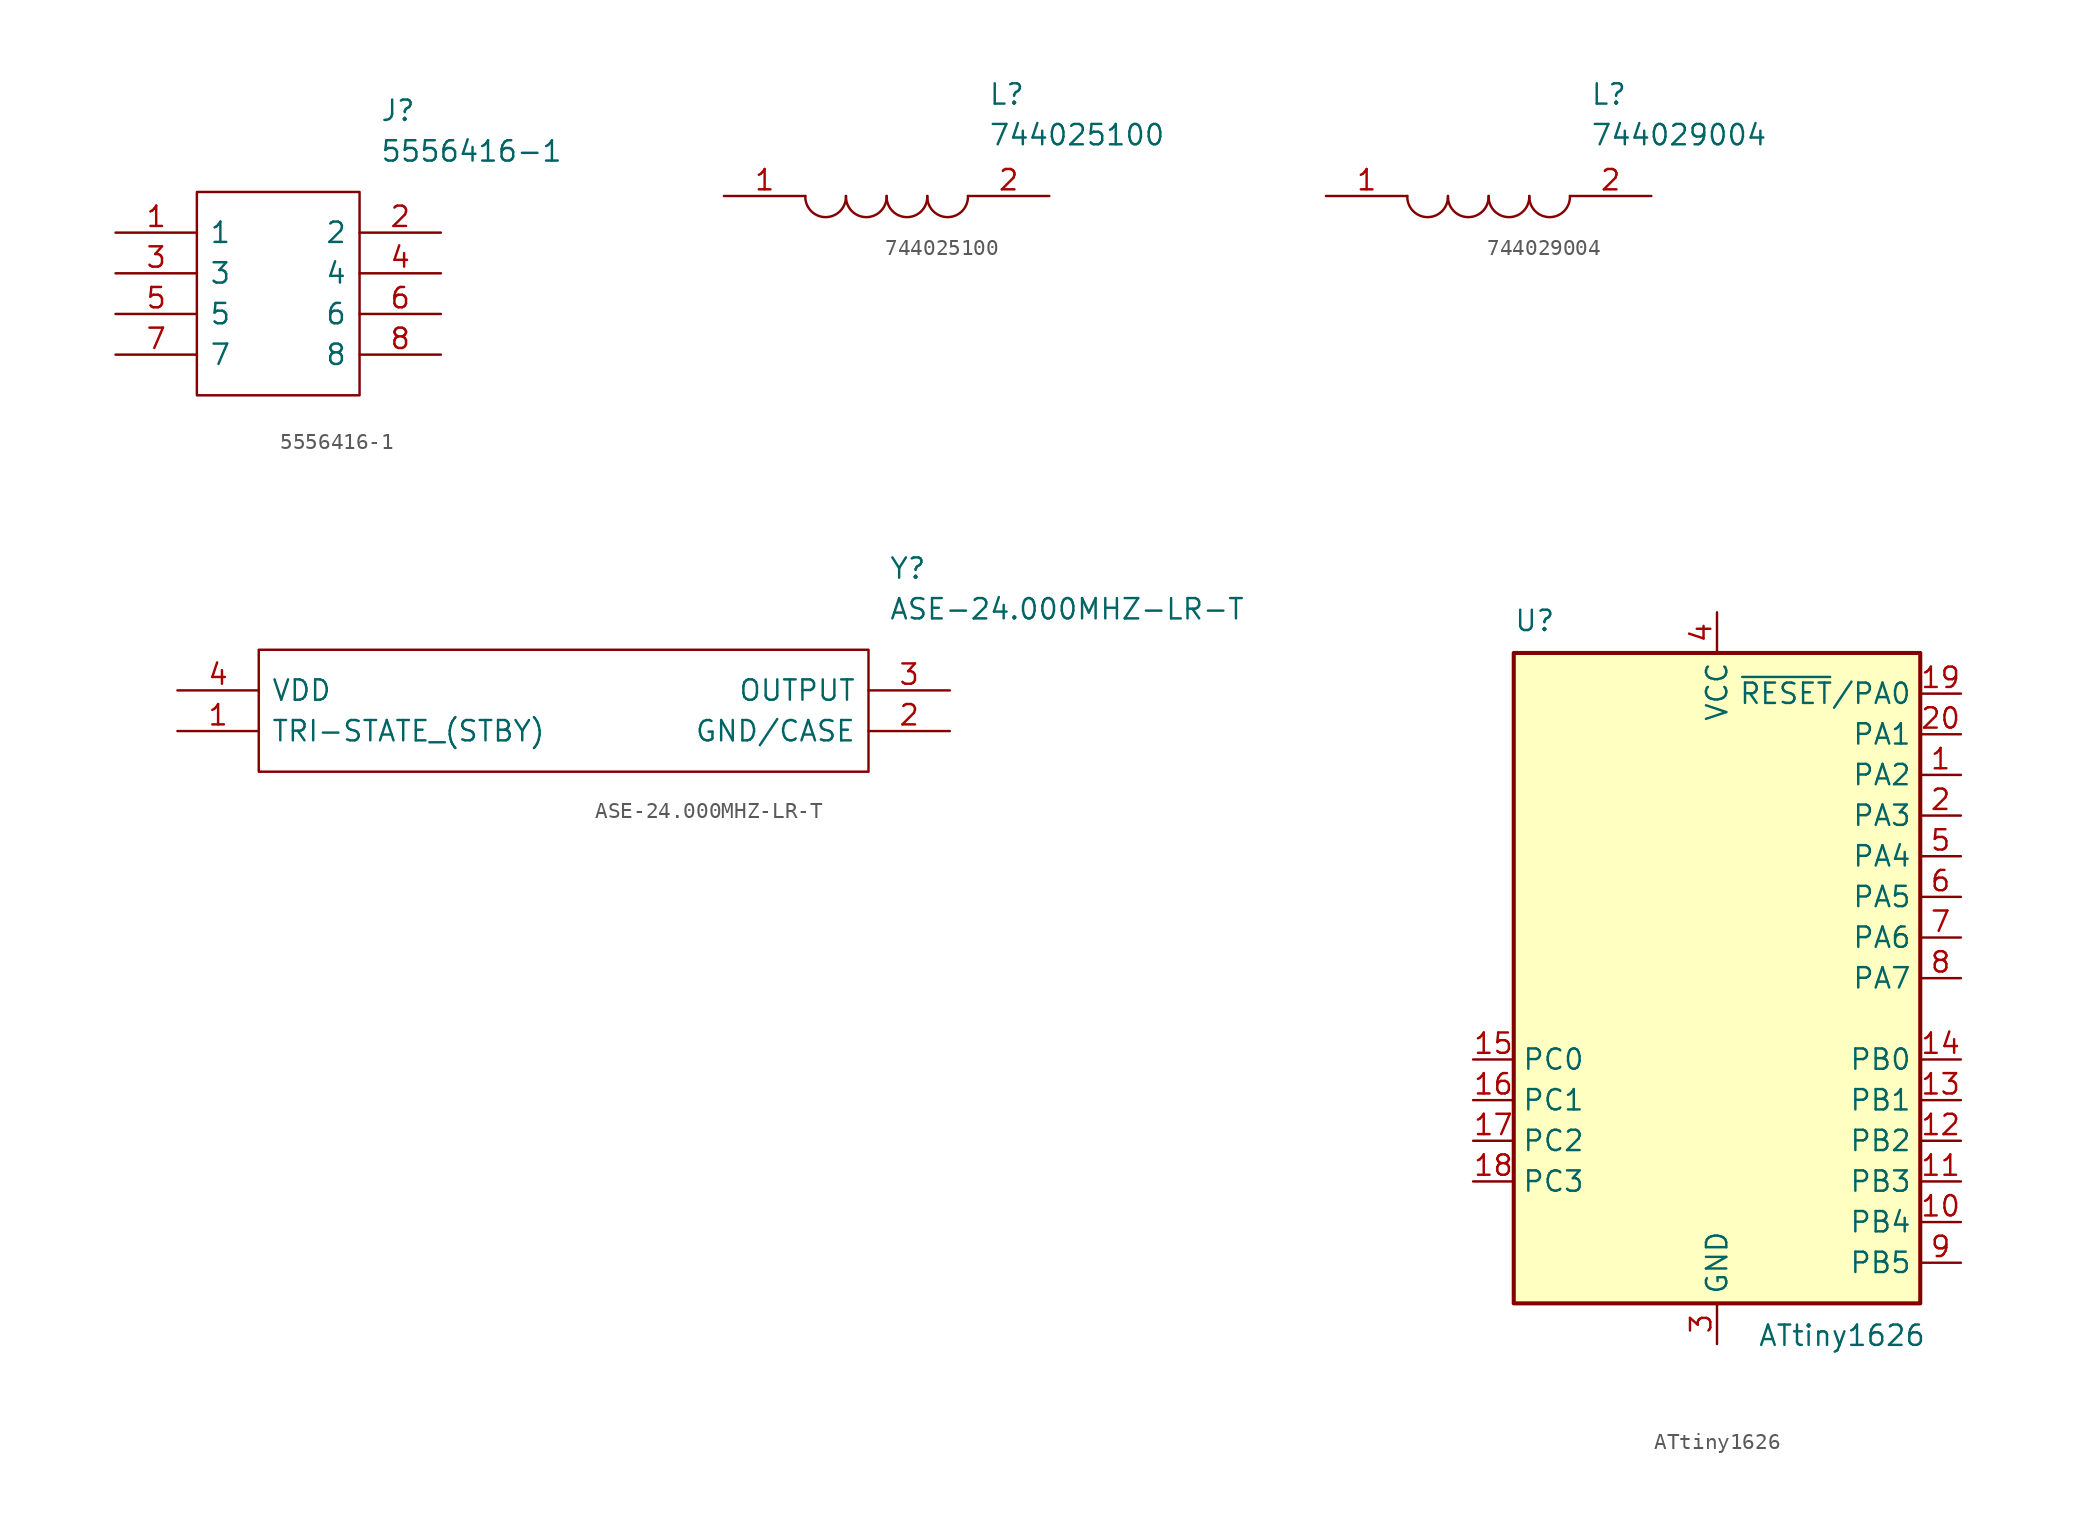
<source format=kicad_sym>
(kicad_symbol_lib
  (version 20241209)
  (generator "kicad_symbol_editor")
  (generator_version "9.0")
  (symbol "5556416-1"
    (pin_names
      (offset 0.762))
    (property "Reference" "J"
      (at 16.51 7.62 0)
      (effects (font (size 1.27 1.27)) (justify left)))
    (property "Value" "5556416-1"
      (at 16.51 5.08 0)
      (effects (font (size 1.27 1.27)) (justify left)))
    (symbol "5556416-1_0_0"
      (pin passive line (at 0 0 0) (length 5.08) (name "1" (effects (font (size 1.27 1.27)))) (number "1" (effects (font (size 1.27 1.27)))))
      (pin passive line (at 0 -2.54 0) (length 5.08) (name "3" (effects (font (size 1.27 1.27)))) (number "3" (effects (font (size 1.27 1.27)))))
      (pin passive line (at 0 -5.08 0) (length 5.08) (name "5" (effects (font (size 1.27 1.27)))) (number "5" (effects (font (size 1.27 1.27)))))
      (pin passive line (at 0 -7.62 0) (length 5.08) (name "7" (effects (font (size 1.27 1.27)))) (number "7" (effects (font (size 1.27 1.27)))))
      (pin passive line (at 20.32 0 180) (length 5.08) (name "2" (effects (font (size 1.27 1.27)))) (number "2" (effects (font (size 1.27 1.27)))))
      (pin passive line (at 20.32 -2.54 180) (length 5.08) (name "4" (effects (font (size 1.27 1.27)))) (number "4" (effects (font (size 1.27 1.27)))))
      (pin passive line (at 20.32 -5.08 180) (length 5.08) (name "6" (effects (font (size 1.27 1.27)))) (number "6" (effects (font (size 1.27 1.27)))))
      (pin passive line (at 20.32 -7.62 180) (length 5.08) (name "8" (effects (font (size 1.27 1.27)))) (number "8" (effects (font (size 1.27 1.27))))))
    (symbol "5556416-1_0_1"
      (polyline (pts (xy 5.08 2.54) (xy 15.24 2.54) (xy 15.24 -10.16) (xy 5.08 -10.16) (xy 5.08 2.54)) (stroke (width 0.152) (type solid)) (fill (type none)))))
  (symbol "744025100"
    (pin_names
      (offset 0.762))
    (property "Reference" "L"
      (at 16.51 6.35 0)
      (effects (font (size 1.27 1.27)) (justify left)))
    (property "Value" "744025100"
      (at 16.51 3.81 0)
      (effects (font (size 1.27 1.27)) (justify left)))
    (symbol "744025100_0_0"
      (pin passive line (at 0 0 0) (length 5.08) (name "~" (effects (font (size 1.27 1.27)))) (number "1" (effects (font (size 1.27 1.27)))))
      (pin passive line (at 20.32 0 180) (length 5.08) (name "~" (effects (font (size 1.27 1.27)))) (number "2" (effects (font (size 1.27 1.27))))))
    (symbol "744025100_0_1"
      (arc (start 7.62 0) (mid 6.35 -1.3218) (end 5.08 0) (stroke (width 0.1524) (type solid)) (fill (type none)))
      (arc (start 10.16 0) (mid 8.89 -1.3218) (end 7.62 0) (stroke (width 0.1524) (type solid)) (fill (type none)))
      (arc (start 12.7 0) (mid 11.43 -1.3218) (end 10.16 0) (stroke (width 0.1524) (type solid)) (fill (type none)))
      (arc (start 15.24 0) (mid 13.97 -1.3218) (end 12.7 0) (stroke (width 0.1524) (type solid)) (fill (type none)))))
  (symbol "744029004"
    (pin_names
      (offset 0.762))
    (property "Reference" "L"
      (at 16.51 6.35 0)
      (effects (font (size 1.27 1.27)) (justify left)))
    (property "Value" "744029004"
      (at 16.51 3.81 0)
      (effects (font (size 1.27 1.27)) (justify left)))
    (symbol "744029004_0_0"
      (pin passive line (at 0 0 0) (length 5.08) (name "~" (effects (font (size 1.27 1.27)))) (number "1" (effects (font (size 1.27 1.27)))))
      (pin passive line (at 20.32 0 180) (length 5.08) (name "~" (effects (font (size 1.27 1.27)))) (number "2" (effects (font (size 1.27 1.27))))))
    (symbol "744029004_0_1"
      (arc (start 7.62 0) (mid 6.35 -1.3218) (end 5.08 0) (stroke (width 0.1524) (type solid)) (fill (type none)))
      (arc (start 10.16 0) (mid 8.89 -1.3218) (end 7.62 0) (stroke (width 0.1524) (type solid)) (fill (type none)))
      (arc (start 12.7 0) (mid 11.43 -1.3218) (end 10.16 0) (stroke (width 0.1524) (type solid)) (fill (type none)))
      (arc (start 15.24 0) (mid 13.97 -1.3218) (end 12.7 0) (stroke (width 0.1524) (type solid)) (fill (type none)))))
  (symbol "ASE-24.000MHZ-LR-T"
    (pin_names
      (offset 0.762))
    (property "Reference" "Y"
      (at 44.45 7.62 0)
      (effects (font (size 1.27 1.27)) (justify left)))
    (property "Value" "ASE-24.000MHZ-LR-T"
      (at 44.45 5.08 0)
      (effects (font (size 1.27 1.27)) (justify left)))
    (symbol "ASE-24.000MHZ-LR-T_0_0"
      (pin passive line (at 0 0 0) (length 5.08) (name "VDD" (effects (font (size 1.27 1.27)))) (number "4" (effects (font (size 1.27 1.27)))))
      (pin passive line (at 0 -2.54 0) (length 5.08) (name "TRI-STATE_(STBY)" (effects (font (size 1.27 1.27)))) (number "1" (effects (font (size 1.27 1.27)))))
      (pin passive line (at 48.26 0 180) (length 5.08) (name "OUTPUT" (effects (font (size 1.27 1.27)))) (number "3" (effects (font (size 1.27 1.27)))))
      (pin passive line (at 48.26 -2.54 180) (length 5.08) (name "GND/CASE" (effects (font (size 1.27 1.27)))) (number "2" (effects (font (size 1.27 1.27))))))
    (symbol "ASE-24.000MHZ-LR-T_0_1"
      (polyline (pts (xy 5.08 2.54) (xy 43.18 2.54) (xy 43.18 -5.08) (xy 5.08 -5.08) (xy 5.08 2.54)) (stroke (width 0.152) (type solid)) (fill (type none)))))
  (symbol "ATtiny1626"
    (property "Reference" "U"
      (at -12.7 21.59 0)
      (effects (font (size 1.27 1.27)) (justify left bottom)))
    (property "Value" "ATtiny1626"
      (at 2.54 -21.59 0)
      (effects (font (size 1.27 1.27)) (justify left top)))
    (symbol "ATtiny1626_0_1"
      (rectangle (start -12.7 -20.32) (end 12.7 20.32) (stroke (width 0.254) (type solid)) (fill (type background))))
    (symbol "ATtiny1626_1_1"
      (pin bidirectional line (at -15.24 -5.08 0) (length 2.54) (name "PC0" (effects (font (size 1.27 1.27)))) (number "15" (effects (font (size 1.27 1.27)))))
      (pin bidirectional line (at -15.24 -7.62 0) (length 2.54) (name "PC1" (effects (font (size 1.27 1.27)))) (number "16" (effects (font (size 1.27 1.27)))))
      (pin bidirectional line (at -15.24 -10.16 0) (length 2.54) (name "PC2" (effects (font (size 1.27 1.27)))) (number "17" (effects (font (size 1.27 1.27)))))
      (pin bidirectional line (at -15.24 -12.7 0) (length 2.54) (name "PC3" (effects (font (size 1.27 1.27)))) (number "18" (effects (font (size 1.27 1.27)))))
      (pin power_in line (at 0 22.86 270) (length 2.54) (name "VCC" (effects (font (size 1.27 1.27)))) (number "4" (effects (font (size 1.27 1.27)))))
      (pin power_in line (at 0 -22.86 90) (length 2.54) (name "GND" (effects (font (size 1.27 1.27)))) (number "3" (effects (font (size 1.27 1.27)))))
      (pin bidirectional line (at 15.24 17.78 180) (length 2.54) (name "~{RESET}/PA0" (effects (font (size 1.27 1.27)))) (number "19" (effects (font (size 1.27 1.27)))))
      (pin bidirectional line (at 15.24 15.24 180) (length 2.54) (name "PA1" (effects (font (size 1.27 1.27)))) (number "20" (effects (font (size 1.27 1.27)))))
      (pin bidirectional line (at 15.24 12.7 180) (length 2.54) (name "PA2" (effects (font (size 1.27 1.27)))) (number "1" (effects (font (size 1.27 1.27)))))
      (pin bidirectional line (at 15.24 10.16 180) (length 2.54) (name "PA3" (effects (font (size 1.27 1.27)))) (number "2" (effects (font (size 1.27 1.27)))))
      (pin bidirectional line (at 15.24 7.62 180) (length 2.54) (name "PA4" (effects (font (size 1.27 1.27)))) (number "5" (effects (font (size 1.27 1.27)))))
      (pin bidirectional line (at 15.24 5.08 180) (length 2.54) (name "PA5" (effects (font (size 1.27 1.27)))) (number "6" (effects (font (size 1.27 1.27)))))
      (pin bidirectional line (at 15.24 2.54 180) (length 2.54) (name "PA6" (effects (font (size 1.27 1.27)))) (number "7" (effects (font (size 1.27 1.27)))))
      (pin bidirectional line (at 15.24 0 180) (length 2.54) (name "PA7" (effects (font (size 1.27 1.27)))) (number "8" (effects (font (size 1.27 1.27)))))
      (pin bidirectional line (at 15.24 -5.08 180) (length 2.54) (name "PB0" (effects (font (size 1.27 1.27)))) (number "14" (effects (font (size 1.27 1.27)))))
      (pin bidirectional line (at 15.24 -7.62 180) (length 2.54) (name "PB1" (effects (font (size 1.27 1.27)))) (number "13" (effects (font (size 1.27 1.27)))))
      (pin bidirectional line (at 15.24 -10.16 180) (length 2.54) (name "PB2" (effects (font (size 1.27 1.27)))) (number "12" (effects (font (size 1.27 1.27)))))
      (pin bidirectional line (at 15.24 -12.7 180) (length 2.54) (name "PB3" (effects (font (size 1.27 1.27)))) (number "11" (effects (font (size 1.27 1.27)))))
      (pin bidirectional line (at 15.24 -15.24 180) (length 2.54) (name "PB4" (effects (font (size 1.27 1.27)))) (number "10" (effects (font (size 1.27 1.27)))))
      (pin bidirectional line (at 15.24 -17.78 180) (length 2.54) (name "PB5" (effects (font (size 1.27 1.27)))) (number "9" (effects (font (size 1.27 1.27))))))))
</source>
